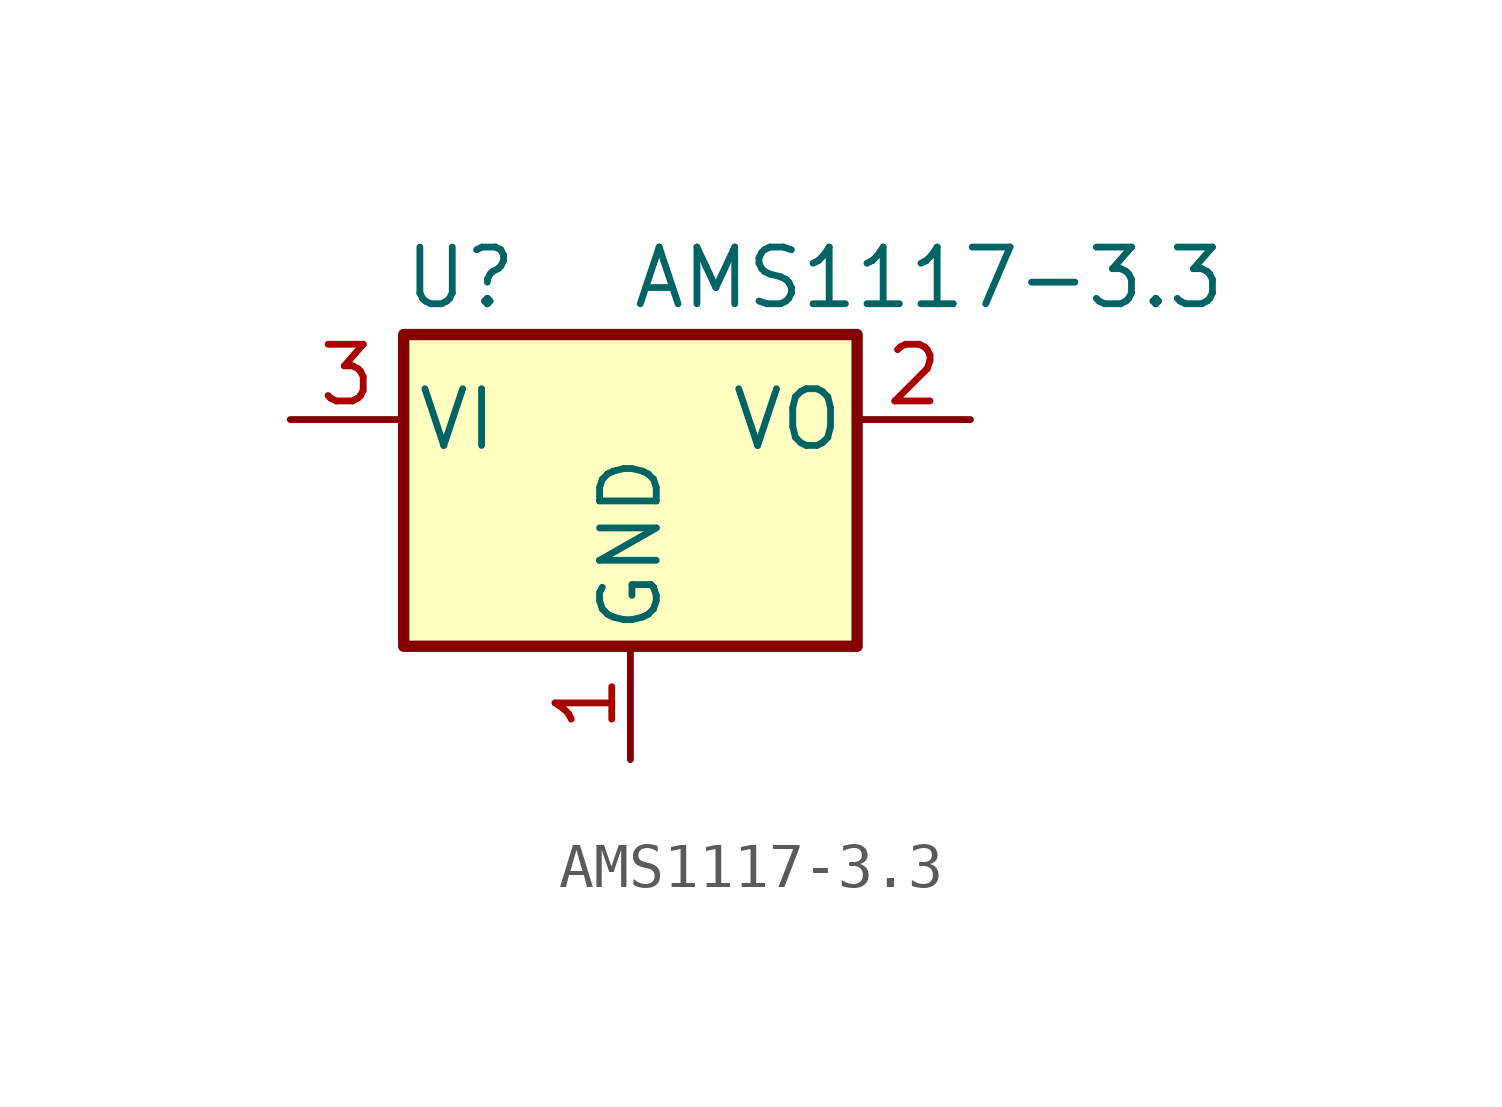
<source format=kicad_sym>
(kicad_symbol_lib
  (version 20220914)
  (generator kicad_symbol_editor)
  (symbol "AMS1117-3.3"
    (pin_names
      (offset 0.254))
    (property "Reference" "U"
      (at -3.81 3.175 0)
      (effects (font (size 1.27 1.27))))
    (property "Value" "AMS1117-3.3"
      (at 0 3.175 0)
      (effects (font (size 1.27 1.27)) (justify left)))
    (symbol "AMS1117-3.3_0_1"
      (rectangle (start -5.08 -5.08) (end 5.08 1.905) (stroke (width 0.254) (type default)) (fill (type background))))
    (symbol "AMS1117-3.3_1_1"
      (pin power_in line (at 0 -7.62 90) (length 2.54) (name "GND" (effects (font (size 1.27 1.27)))) (number "1" (effects (font (size 1.27 1.27)))))
      (pin power_out line (at 7.62 0 180) (length 2.54) (name "VO" (effects (font (size 1.27 1.27)))) (number "2" (effects (font (size 1.27 1.27)))))
      (pin power_in line (at -7.62 0 0) (length 2.54) (name "VI" (effects (font (size 1.27 1.27)))) (number "3" (effects (font (size 1.27 1.27))))))))
</source>
